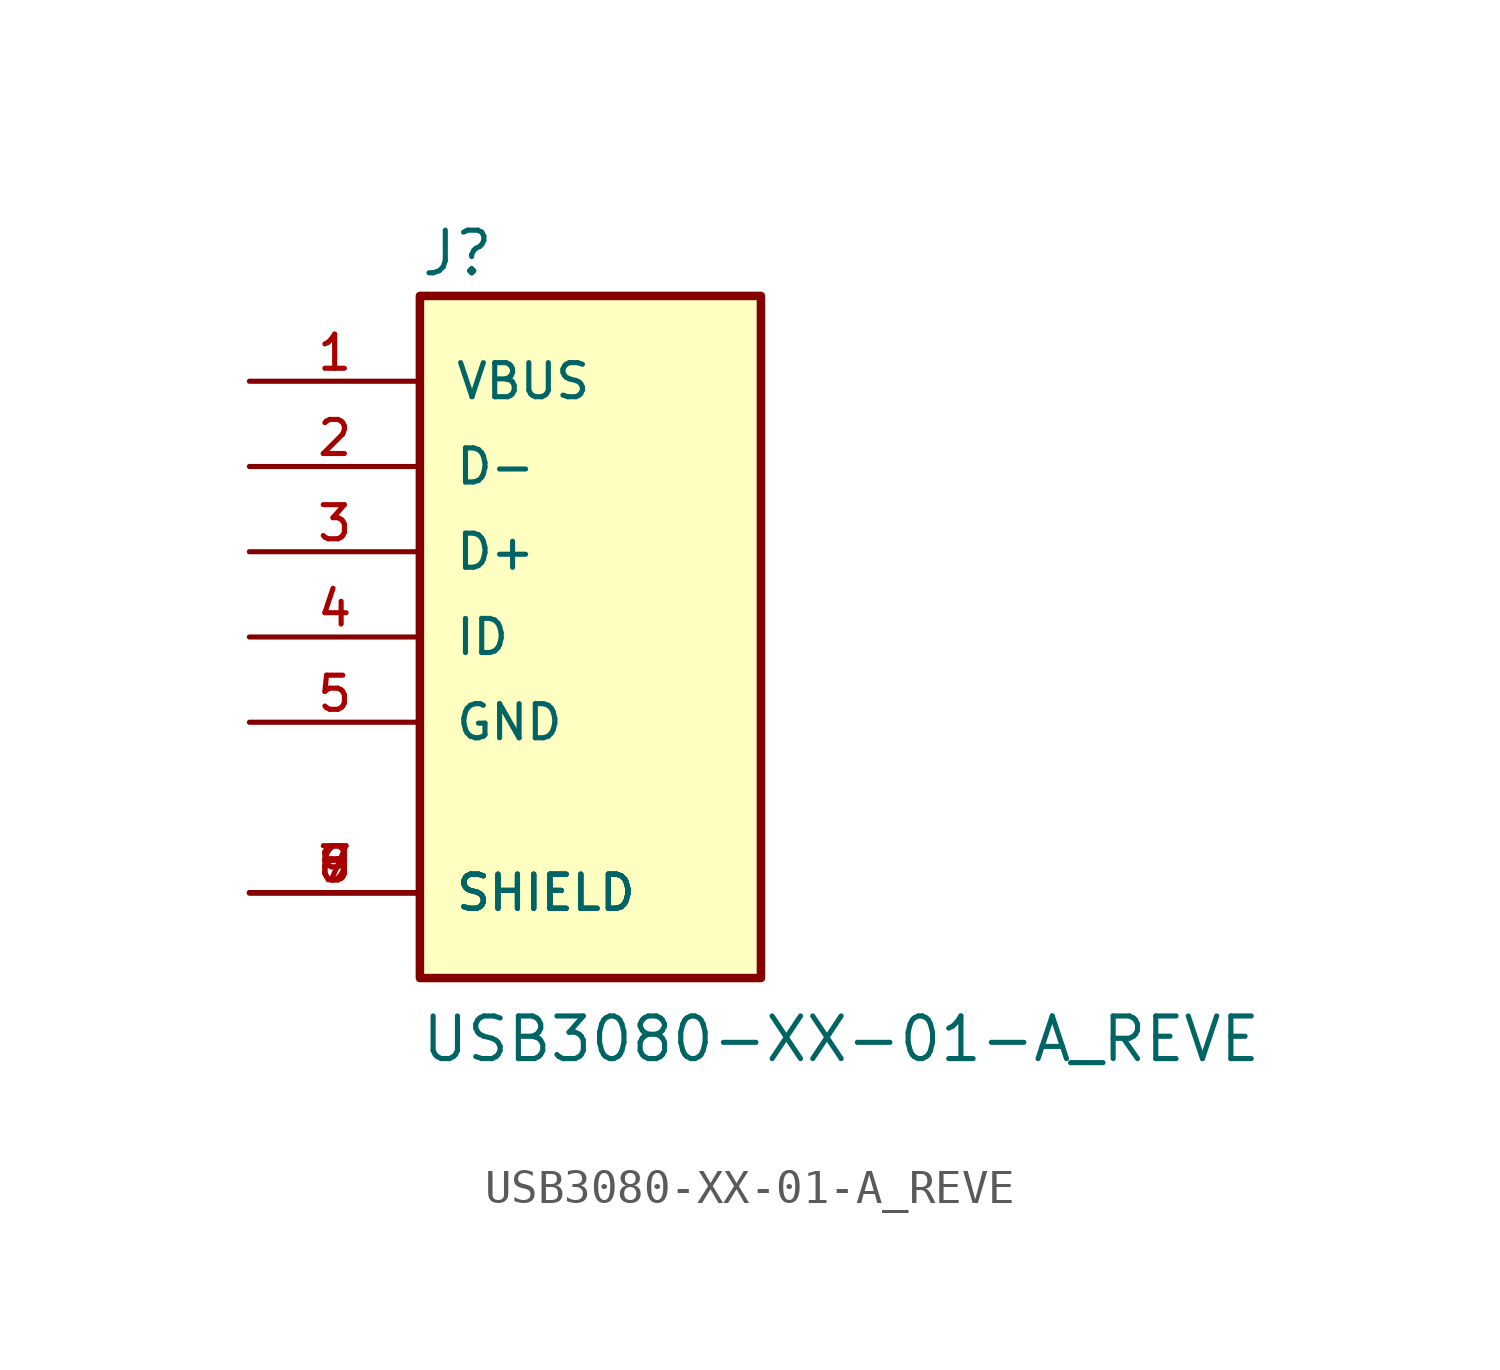
<source format=kicad_sym>
(kicad_symbol_lib
  (version 20211014)
  (generator kicad_symbol_editor)
  (symbol "USB3080-XX-01-A_REVE"
    (pin_names
      (offset 1.016))
    (property "Reference" "J"
      (at -5.089 10.687 0)
      (effects (font (size 1.27 1.27)) (justify bottom left)))
    (property "Value" "USB3080-XX-01-A_REVE"
      (at -5.089 -12.723 0)
      (effects (font (size 1.27 1.27)) (justify bottom left)))
    (symbol "USB3080-XX-01-A_REVE_0_0"
      (rectangle (start -5.08 -10.16) (end 5.08 10.16) (stroke (width 0.254)) (fill (type background)))
      (pin power_in line (at -10.16 7.62 0) (length 5.08) (name "VBUS" (effects (font (size 1.016 1.016)))) (number "1" (effects (font (size 1.016 1.016)))))
      (pin bidirectional line (at -10.16 5.08 0) (length 5.08) (name "D-" (effects (font (size 1.016 1.016)))) (number "2" (effects (font (size 1.016 1.016)))))
      (pin bidirectional line (at -10.16 2.54 0) (length 5.08) (name "D+" (effects (font (size 1.016 1.016)))) (number "3" (effects (font (size 1.016 1.016)))))
      (pin power_in line (at -10.16 -2.54 0) (length 5.08) (name "GND" (effects (font (size 1.016 1.016)))) (number "5" (effects (font (size 1.016 1.016)))))
      (pin power_in line (at -10.16 -7.62 0) (length 5.08) (name "SHIELD" (effects (font (size 1.016 1.016)))) (number "6" (effects (font (size 1.016 1.016)))))
      (pin power_in line (at -10.16 -7.62 0) (length 5.08) (name "SHIELD" (effects (font (size 1.016 1.016)))) (number "7" (effects (font (size 1.016 1.016)))))
      (pin power_in line (at -10.16 -7.62 0) (length 5.08) (name "SHIELD" (effects (font (size 1.016 1.016)))) (number "8" (effects (font (size 1.016 1.016)))))
      (pin power_in line (at -10.16 -7.62 0) (length 5.08) (name "SHIELD" (effects (font (size 1.016 1.016)))) (number "9" (effects (font (size 1.016 1.016)))))
      (pin bidirectional line (at -10.16 0.0 0) (length 5.08) (name "ID" (effects (font (size 1.016 1.016)))) (number "4" (effects (font (size 1.016 1.016))))))))
</source>
